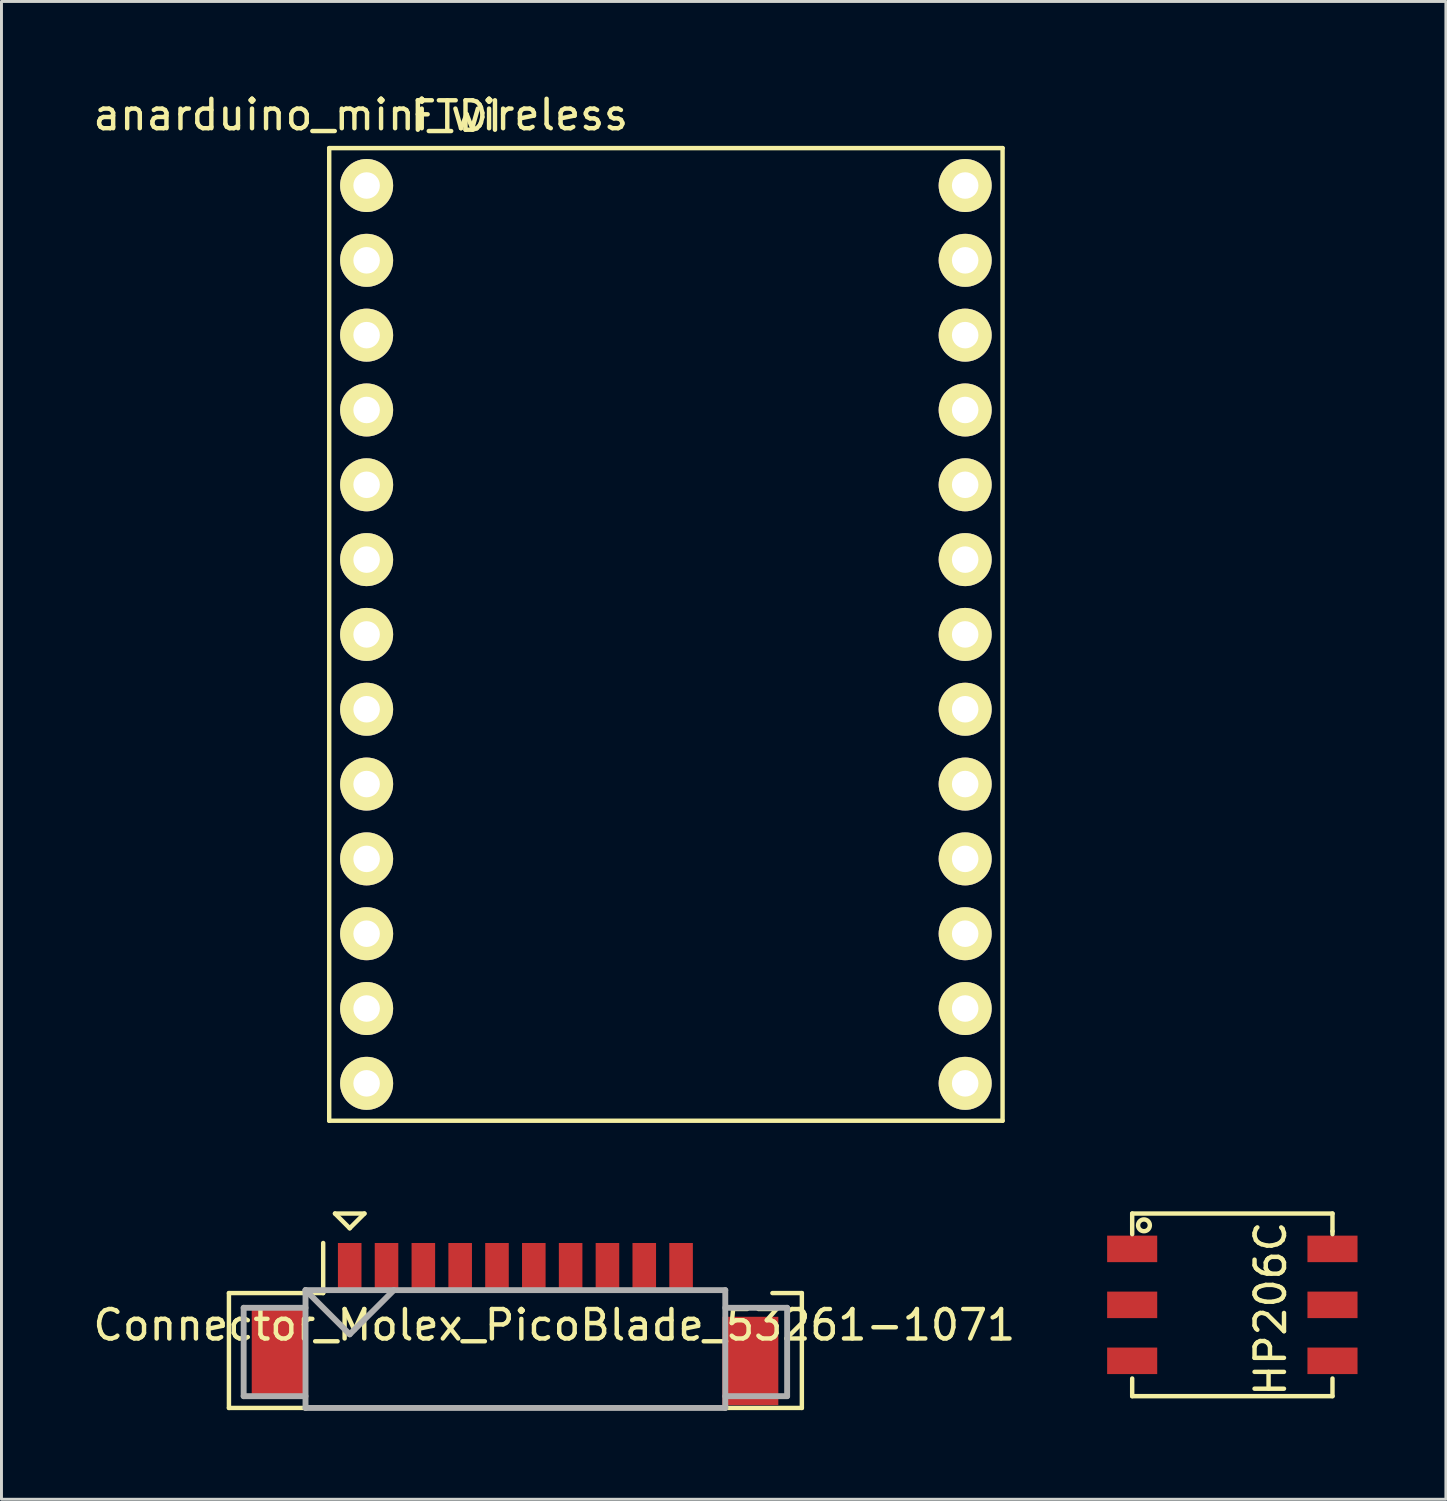
<source format=kicad_pcb>
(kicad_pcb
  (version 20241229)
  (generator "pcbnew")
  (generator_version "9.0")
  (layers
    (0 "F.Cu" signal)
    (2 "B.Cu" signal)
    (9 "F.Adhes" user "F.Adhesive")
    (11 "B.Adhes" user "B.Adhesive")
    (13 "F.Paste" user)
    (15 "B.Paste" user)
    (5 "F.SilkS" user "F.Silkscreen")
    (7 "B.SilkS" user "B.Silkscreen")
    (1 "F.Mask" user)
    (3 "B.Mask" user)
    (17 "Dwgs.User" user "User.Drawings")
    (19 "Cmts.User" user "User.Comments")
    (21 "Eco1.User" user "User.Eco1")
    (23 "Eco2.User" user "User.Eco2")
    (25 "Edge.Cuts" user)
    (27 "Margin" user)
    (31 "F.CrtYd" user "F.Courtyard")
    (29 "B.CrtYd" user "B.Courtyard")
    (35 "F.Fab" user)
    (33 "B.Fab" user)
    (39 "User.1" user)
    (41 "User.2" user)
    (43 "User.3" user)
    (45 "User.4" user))
  (footprint "anarduino_mini_wireless"
    (layer "F.Cu")
    (at 9.396 3.248)
    (property "Reference" "anarduino_mini_wireless" (at -0.2 -2.4 0) (layer "F.SilkS") (effects (font (size 1 1) (thickness 0.15))))
    (attr through_hole)
    (fp_line (start -1.27 -1.27) (end 21.59 -1.27) (stroke (width 0.15) (type solid)) (layer "F.SilkS"))
    (fp_line (start -1.27 31.75) (end -1.27 -1.27) (stroke (width 0.15) (type solid)) (layer "F.SilkS"))
    (fp_line (start 21.59 -1.27) (end 21.59 31.75) (stroke (width 0.15) (type solid)) (layer "F.SilkS"))
    (fp_line (start 21.59 31.75) (end -1.27 31.75) (stroke (width 0.15) (type solid)) (layer "F.SilkS"))
    (fp_circle (center 15.24 30.48) (end 15.24 29.21) (stroke (width 0.15) (type solid)) (fill no) (layer "Eco2.User"))
    (fp_text user "FTDI" (at 3.048 -2.349 0) (layer "F.SilkS") (effects (font (size 1 1) (thickness 0.15))))
    (pad "1A" thru_hole circle (at 0 0) (size 1.8 1.8) (drill 0.9) (layers "*.Cu" "*.Mask" "F.SilkS"))
    (pad "1B" thru_hole circle (at 20.32 0) (size 1.8 1.8) (drill 0.9) (layers "*.Cu" "*.Mask" "F.SilkS"))
    (pad "2A" thru_hole circle (at 0 2.54) (size 1.8 1.8) (drill 0.9) (layers "*.Cu" "*.Mask" "F.SilkS"))
    (pad "2B" thru_hole circle (at 20.32 2.54) (size 1.8 1.8) (drill 0.9) (layers "*.Cu" "*.Mask" "F.SilkS"))
    (pad "3A" thru_hole circle (at 0 5.08) (size 1.8 1.8) (drill 0.9) (layers "*.Cu" "*.Mask" "F.SilkS"))
    (pad "3B" thru_hole circle (at 20.32 5.08) (size 1.8 1.8) (drill 0.9) (layers "*.Cu" "*.Mask" "F.SilkS"))
    (pad "4A" thru_hole circle (at 0 7.62) (size 1.8 1.8) (drill 0.9) (layers "*.Cu" "*.Mask" "F.SilkS"))
    (pad "4B" thru_hole circle (at 20.32 7.62) (size 1.8 1.8) (drill 0.9) (layers "*.Cu" "*.Mask" "F.SilkS"))
    (pad "5A" thru_hole circle (at 0 10.16) (size 1.8 1.8) (drill 0.9) (layers "*.Cu" "*.Mask" "F.SilkS"))
    (pad "5B" thru_hole circle (at 20.32 10.16) (size 1.8 1.8) (drill 0.9) (layers "*.Cu" "*.Mask" "F.SilkS"))
    (pad "6A" thru_hole circle (at 0 12.7) (size 1.8 1.8) (drill 0.9) (layers "*.Cu" "*.Mask" "F.SilkS"))
    (pad "6B" thru_hole circle (at 20.32 12.7) (size 1.8 1.8) (drill 0.9) (layers "*.Cu" "*.Mask" "F.SilkS"))
    (pad "7A" thru_hole circle (at 0 15.24) (size 1.8 1.8) (drill 0.9) (layers "*.Cu" "*.Mask" "F.SilkS"))
    (pad "7B" thru_hole circle (at 20.32 15.24) (size 1.8 1.8) (drill 0.9) (layers "*.Cu" "*.Mask" "F.SilkS"))
    (pad "8A" thru_hole circle (at 0 17.78) (size 1.8 1.8) (drill 0.9) (layers "*.Cu" "*.Mask" "F.SilkS"))
    (pad "8B" thru_hole circle (at 20.32 17.78) (size 1.8 1.8) (drill 0.9) (layers "*.Cu" "*.Mask" "F.SilkS"))
    (pad "9A" thru_hole circle (at 0 20.32) (size 1.8 1.8) (drill 0.9) (layers "*.Cu" "*.Mask" "F.SilkS"))
    (pad "9B" thru_hole circle (at 20.32 20.32) (size 1.8 1.8) (drill 0.9) (layers "*.Cu" "*.Mask" "F.SilkS"))
    (pad "10A" thru_hole circle (at 0 22.86) (size 1.8 1.8) (drill 0.9) (layers "*.Cu" "*.Mask" "F.SilkS"))
    (pad "10B" thru_hole circle (at 20.32 22.86) (size 1.8 1.8) (drill 0.9) (layers "*.Cu" "*.Mask" "F.SilkS"))
    (pad "11A" thru_hole circle (at 0 25.4) (size 1.8 1.8) (drill 0.9) (layers "*.Cu" "*.Mask" "F.SilkS"))
    (pad "11B" thru_hole circle (at 20.32 25.4) (size 1.8 1.8) (drill 0.9) (layers "*.Cu" "*.Mask" "F.SilkS"))
    (pad "12A" thru_hole circle (at 0 27.94) (size 1.8 1.8) (drill 0.9) (layers "*.Cu" "*.Mask" "F.SilkS"))
    (pad "12B" thru_hole circle (at 20.32 27.94) (size 1.8 1.8) (drill 0.9) (layers "*.Cu" "*.Mask" "F.SilkS"))
    (pad "13A" thru_hole circle (at 0 30.48) (size 1.8 1.8) (drill 0.9) (layers "*.Cu" "*.Mask" "F.SilkS"))
    (pad "13B" thru_hole circle (at 20.32 30.48) (size 1.8 1.8) (drill 0.9) (layers "*.Cu" "*.Mask" "F.SilkS")))
  (footprint "HP206C"
    (layer "F.Cu")
    (at 35.386 39.348)
    (property "Reference" "HP206C" (at 4.699 2.032 90) (layer "F.SilkS") (effects (font (size 1 1) (thickness 0.15))))
    (attr through_hole)
    (fp_line (start 0 -1.2) (end 6.8 -1.2) (stroke (width 0.15) (type solid)) (layer "F.SilkS"))
    (fp_line (start 0 -0.5) (end 0 -1.2) (stroke (width 0.15) (type solid)) (layer "F.SilkS"))
    (fp_line (start 0 4.4) (end 0 5) (stroke (width 0.15) (type solid)) (layer "F.SilkS"))
    (fp_line (start 0 5) (end 6.8 5) (stroke (width 0.15) (type solid)) (layer "F.SilkS"))
    (fp_line (start 6.8 -1.2) (end 6.8 -0.6) (stroke (width 0.15) (type solid)) (layer "F.SilkS"))
    (fp_line (start 6.8 -0.6) (end 6.8 -0.5) (stroke (width 0.15) (type solid)) (layer "F.SilkS"))
    (fp_line (start 6.8 5) (end 6.8 4.4) (stroke (width 0.15) (type solid)) (layer "F.SilkS"))
    (fp_circle (center 0.4 -0.8) (end 0.6 -0.8) (stroke (width 0.15) (type solid)) (fill no) (layer "F.SilkS"))
    (pad "1" smd rect (at 0 0) (size 1.7 0.9) (layers "F.Cu" "F.Mask" "F.Paste"))
    (pad "2" smd rect (at 0 1.9) (size 1.7 0.9) (layers "F.Cu" "F.Mask" "F.Paste"))
    (pad "3" smd rect (at 0 3.8) (size 1.7 0.9) (layers "F.Cu" "F.Mask" "F.Paste"))
    (pad "4" smd rect (at 6.8 3.8) (size 1.7 0.9) (layers "F.Cu" "F.Mask" "F.Paste"))
    (pad "5" smd rect (at 6.8 1.9) (size 1.7 0.9) (layers "F.Cu" "F.Mask" "F.Paste"))
    (pad "6" smd rect (at 6.8 0) (size 1.7 0.9) (layers "F.Cu" "F.Mask" "F.Paste")))
  (footprint "Connector_Molex_PicoBlade_53261-1071"
    (layer "F.Cu")
    (at 14.447 42.848)
    (property "Reference" "Connector_Molex_PicoBlade_53261-1071" (at 1.321 -0.914 0) (layer "F.SilkS") (effects (font (size 1 1) (thickness 0.15))))
    (attr through_hole)
    (fp_line (start -9.725 -2) (end -9.725 1.9) (stroke (width 0.15) (type solid)) (layer "F.SilkS"))
    (fp_line (start -9.725 1.9) (end 9.725 1.9) (stroke (width 0.15) (type solid)) (layer "F.SilkS"))
    (fp_line (start -6.525 -3.7) (end -6.525 -2) (stroke (width 0.15) (type solid)) (layer "F.SilkS"))
    (fp_line (start -6.525 -2) (end -9.725 -2) (stroke (width 0.15) (type solid)) (layer "F.SilkS"))
    (fp_line (start -6.125 -4.7) (end -5.125 -4.7) (stroke (width 0.15) (type solid)) (layer "F.SilkS"))
    (fp_line (start -5.625 -4.2) (end -6.125 -4.7) (stroke (width 0.15) (type solid)) (layer "F.SilkS"))
    (fp_line (start -5.125 -4.7) (end -5.625 -4.2) (stroke (width 0.15) (type solid)) (layer "F.SilkS"))
    (fp_line (start 9.725 -2) (end 8.725 -2) (stroke (width 0.15) (type solid)) (layer "F.SilkS"))
    (fp_line (start 9.725 1.9) (end 9.725 -2) (stroke (width 0.15) (type solid)) (layer "F.SilkS"))
    (fp_line (start -9.225 -1.5) (end -9.225 1.5) (stroke (width 0.2) (type solid)) (layer "F.Fab"))
    (fp_line (start -9.225 1.5) (end -7.125 1.5) (stroke (width 0.2) (type solid)) (layer "F.Fab"))
    (fp_line (start -7.125 -2.1) (end -7.125 1.9) (stroke (width 0.2) (type solid)) (layer "F.Fab"))
    (fp_line (start -7.125 -2.1) (end -5.625 -0.6) (stroke (width 0.2) (type solid)) (layer "F.Fab"))
    (fp_line (start -7.125 -1.5) (end -9.225 -1.5) (stroke (width 0.2) (type solid)) (layer "F.Fab"))
    (fp_line (start -7.125 1.9) (end 7.125 1.9) (stroke (width 0.2) (type solid)) (layer "F.Fab"))
    (fp_line (start -5.625 -0.6) (end -4.125 -2.1) (stroke (width 0.2) (type solid)) (layer "F.Fab"))
    (fp_line (start 7.125 -2.1) (end -7.125 -2.1) (stroke (width 0.2) (type solid)) (layer "F.Fab"))
    (fp_line (start 7.125 -1.5) (end 9.225 -1.5) (stroke (width 0.2) (type solid)) (layer "F.Fab"))
    (fp_line (start 7.125 1.9) (end 7.125 -2.1) (stroke (width 0.2) (type solid)) (layer "F.Fab"))
    (fp_line (start 9.225 -1.5) (end 9.225 1.5) (stroke (width 0.2) (type solid)) (layer "F.Fab"))
    (fp_line (start 9.225 1.5) (end 7.125 1.5) (stroke (width 0.2) (type solid)) (layer "F.Fab"))
    (pad "" smd rect (at -8.001 0) (size 1.9 3) (layers "F.Cu" "F.Mask" "F.Paste"))
    (pad "" smd rect (at 7.976 0.305) (size 1.9 3) (layers "F.Cu" "F.Mask" "F.Paste"))
    (pad "1" smd rect (at -5.625 -2.9) (size 0.8 1.6) (layers "F.Cu" "F.Mask" "F.Paste"))
    (pad "2" smd rect (at -4.375 -2.9) (size 0.8 1.6) (layers "F.Cu" "F.Mask" "F.Paste"))
    (pad "3" smd rect (at -3.125 -2.9) (size 0.8 1.6) (layers "F.Cu" "F.Mask" "F.Paste"))
    (pad "4" smd rect (at -1.875 -2.9) (size 0.8 1.6) (layers "F.Cu" "F.Mask" "F.Paste"))
    (pad "5" smd rect (at -0.625 -2.9) (size 0.8 1.6) (layers "F.Cu" "F.Mask" "F.Paste"))
    (pad "6" smd rect (at 0.625 -2.9) (size 0.8 1.6) (layers "F.Cu" "F.Mask" "F.Paste"))
    (pad "7" smd rect (at 1.875 -2.9) (size 0.8 1.6) (layers "F.Cu" "F.Mask" "F.Paste"))
    (pad "8" smd rect (at 3.125 -2.9) (size 0.8 1.6) (layers "F.Cu" "F.Mask" "F.Paste"))
    (pad "9" smd rect (at 4.375 -2.9) (size 0.8 1.6) (layers "F.Cu" "F.Mask" "F.Paste"))
    (pad "10" smd rect (at 5.625 -2.9) (size 0.8 1.6) (layers "F.Cu" "F.Mask" "F.Paste")))
  (gr_rect
    (start -3 -3)
    (end 46.036 47.848)
    (stroke (width 0.1) (type default))
    (fill no)
    (layer "Edge.Cuts")))
</source>
